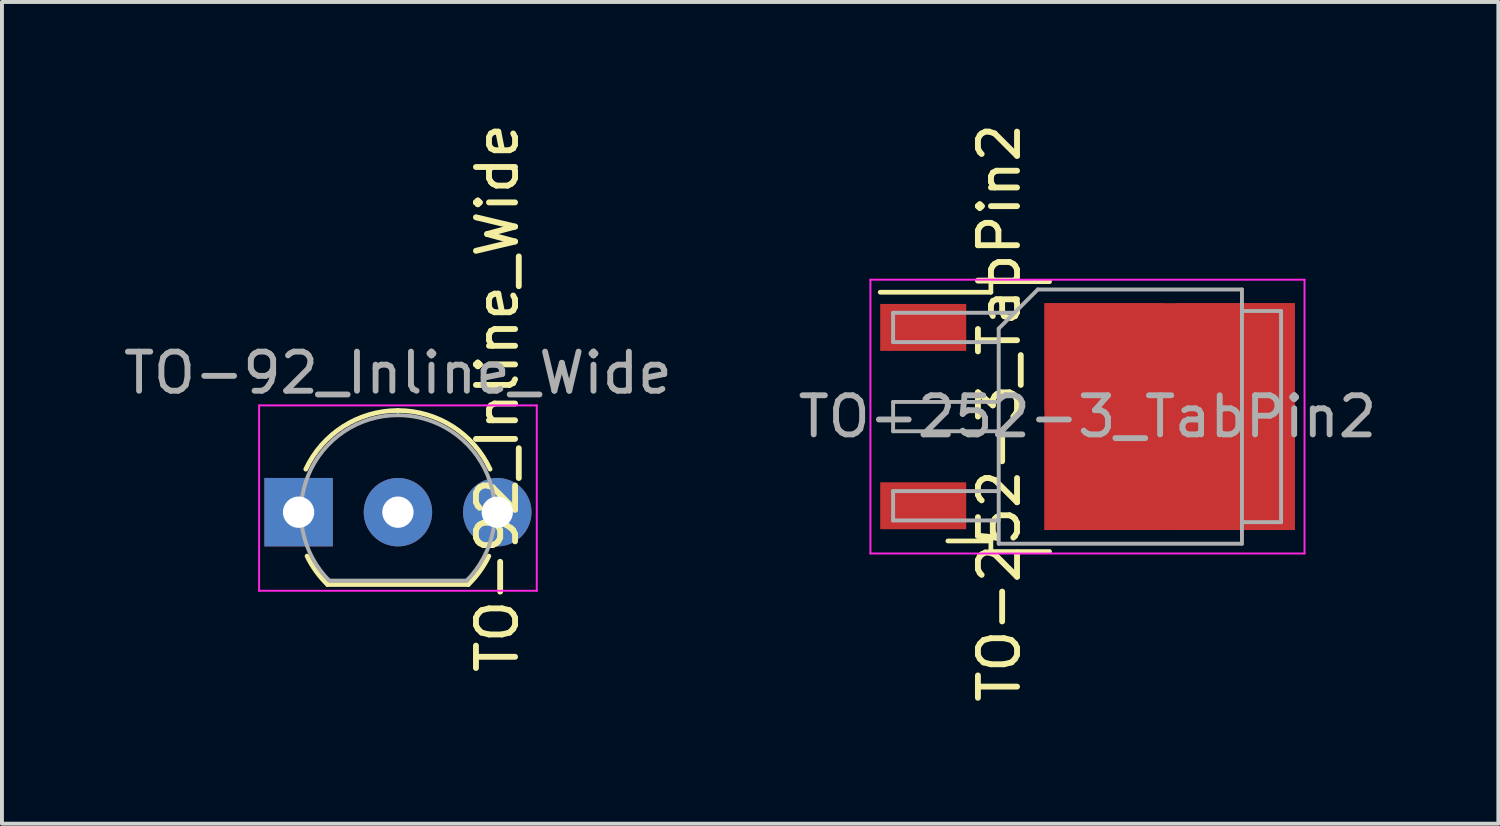
<source format=kicad_pcb>
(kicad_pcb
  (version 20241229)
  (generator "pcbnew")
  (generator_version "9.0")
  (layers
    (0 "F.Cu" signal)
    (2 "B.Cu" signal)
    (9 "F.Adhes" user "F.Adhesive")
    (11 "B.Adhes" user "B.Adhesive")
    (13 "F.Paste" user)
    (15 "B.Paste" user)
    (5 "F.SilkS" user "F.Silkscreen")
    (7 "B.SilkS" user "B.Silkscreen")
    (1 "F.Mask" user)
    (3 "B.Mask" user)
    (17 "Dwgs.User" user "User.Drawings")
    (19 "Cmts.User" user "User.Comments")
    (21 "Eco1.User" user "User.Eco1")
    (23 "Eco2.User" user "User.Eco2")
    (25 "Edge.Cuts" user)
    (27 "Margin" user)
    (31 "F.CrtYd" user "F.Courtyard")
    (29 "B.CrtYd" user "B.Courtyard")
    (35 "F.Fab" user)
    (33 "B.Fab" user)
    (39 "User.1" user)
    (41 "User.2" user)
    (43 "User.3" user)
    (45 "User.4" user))
  (footprint "TO-252-3_TabPin2"
    (layer "F.Cu")
    (at 24.756 7.602)
    (property "Reference" "TO-252-3_TabPin2" (at -2.256 -0.096 270) (layer "F.SilkS") (effects (font (size 1 1) (thickness 0.15))))
    (attr smd)
    (fp_line (start -2.47 -3.45) (end -2.47 -3.18) (stroke (width 0.12) (type solid)) (layer "F.SilkS"))
    (fp_line (start -2.47 -3.18) (end -5.3 -3.18) (stroke (width 0.12) (type solid)) (layer "F.SilkS"))
    (fp_line (start -2.47 3.18) (end -3.57 3.18) (stroke (width 0.12) (type solid)) (layer "F.SilkS"))
    (fp_line (start -2.47 3.45) (end -2.47 3.18) (stroke (width 0.12) (type solid)) (layer "F.SilkS"))
    (fp_line (start -0.97 -3.45) (end -2.47 -3.45) (stroke (width 0.12) (type solid)) (layer "F.SilkS"))
    (fp_line (start -0.97 3.45) (end -2.47 3.45) (stroke (width 0.12) (type solid)) (layer "F.SilkS"))
    (fp_line (start -5.55 -3.5) (end -5.55 3.5) (stroke (width 0.05) (type solid)) (layer "F.CrtYd"))
    (fp_line (start -5.55 3.5) (end 5.55 3.5) (stroke (width 0.05) (type solid)) (layer "F.CrtYd"))
    (fp_line (start 5.55 -3.5) (end -5.55 -3.5) (stroke (width 0.05) (type solid)) (layer "F.CrtYd"))
    (fp_line (start 5.55 3.5) (end 5.55 -3.5) (stroke (width 0.05) (type solid)) (layer "F.CrtYd"))
    (fp_line (start -4.97 -2.655) (end -4.97 -1.905) (stroke (width 0.1) (type solid)) (layer "F.Fab"))
    (fp_line (start -4.97 -1.905) (end -2.27 -1.905) (stroke (width 0.1) (type solid)) (layer "F.Fab"))
    (fp_line (start -4.97 -0.375) (end -4.97 0.375) (stroke (width 0.1) (type solid)) (layer "F.Fab"))
    (fp_line (start -4.97 0.375) (end -2.27 0.375) (stroke (width 0.1) (type solid)) (layer "F.Fab"))
    (fp_line (start -4.97 1.905) (end -4.97 2.655) (stroke (width 0.1) (type solid)) (layer "F.Fab"))
    (fp_line (start -4.97 2.655) (end -2.27 2.655) (stroke (width 0.1) (type solid)) (layer "F.Fab"))
    (fp_line (start -2.27 -2.25) (end -1.27 -3.25) (stroke (width 0.1) (type solid)) (layer "F.Fab"))
    (fp_line (start -2.27 -0.375) (end -4.97 -0.375) (stroke (width 0.1) (type solid)) (layer "F.Fab"))
    (fp_line (start -2.27 1.905) (end -4.97 1.905) (stroke (width 0.1) (type solid)) (layer "F.Fab"))
    (fp_line (start -2.27 3.25) (end -2.27 -2.25) (stroke (width 0.1) (type solid)) (layer "F.Fab"))
    (fp_line (start -1.865 -2.655) (end -4.97 -2.655) (stroke (width 0.1) (type solid)) (layer "F.Fab"))
    (fp_line (start -1.27 -3.25) (end 3.95 -3.25) (stroke (width 0.1) (type solid)) (layer "F.Fab"))
    (fp_line (start 3.95 -3.25) (end 3.95 3.25) (stroke (width 0.1) (type solid)) (layer "F.Fab"))
    (fp_line (start 3.95 -2.7) (end 4.95 -2.7) (stroke (width 0.1) (type solid)) (layer "F.Fab"))
    (fp_line (start 3.95 3.25) (end -2.27 3.25) (stroke (width 0.1) (type solid)) (layer "F.Fab"))
    (fp_line (start 4.95 -2.7) (end 4.95 2.7) (stroke (width 0.1) (type solid)) (layer "F.Fab"))
    (fp_line (start 4.95 2.7) (end 3.95 2.7) (stroke (width 0.1) (type solid)) (layer "F.Fab"))
    (fp_text user "${REFERENCE}" (at 0 0 0) (layer "F.Fab") (effects (font (size 1 1) (thickness 0.15))))
    (pad "1" smd rect (at -4.2 -2.28) (size 2.2 1.2) (layers "F.Cu" "F.Mask" "F.Paste"))
    (pad "2" smd rect (at 0.425 -1.525) (size 3.05 2.75) (layers "F.Cu" "F.Paste"))
    (pad "2" smd rect (at 0.425 1.525) (size 3.05 2.75) (layers "F.Cu" "F.Paste"))
    (pad "2" smd rect (at 2.1 0) (size 6.4 5.8) (layers "F.Cu" "F.Mask"))
    (pad "2" smd rect (at 3.775 -1.525) (size 3.05 2.75) (layers "F.Cu" "F.Paste"))
    (pad "2" smd rect (at 3.775 1.525) (size 3.05 2.75) (layers "F.Cu" "F.Paste"))
    (pad "3" smd rect (at -4.2 2.28) (size 2.2 1.2) (layers "F.Cu" "F.Mask" "F.Paste")))
  (footprint "TO-92_Inline_Wide"
    (layer "F.Cu")
    (at 4.585 10.046)
    (property "Reference" "TO-92_Inline_Wide" (at 5.08 -2.921 270) (layer "F.SilkS") (effects (font (size 1 1) (thickness 0.15))))
    (attr through_hole)
    (fp_line (start 0.74 1.85) (end 4.34 1.85) (stroke (width 0.12) (type solid)) (layer "F.SilkS"))
    (fp_arc (start 0.1836 -1.098807) (mid 1.143021 -2.192817) (end 2.54 -2.6) (stroke (width 0.12) (type solid)) (layer "F.SilkS"))
    (fp_arc (start 0.74 1.85) (mid 0.446097 1.509328) (end 0.215816 1.122795) (stroke (width 0.12) (type solid)) (layer "F.SilkS"))
    (fp_arc (start 2.54 -2.6) (mid 3.936979 -2.192818) (end 4.8964 -1.098807) (stroke (width 0.12) (type solid)) (layer "F.SilkS"))
    (fp_arc (start 4.864184 1.122795) (mid 4.633903 1.509328) (end 4.34 1.85) (stroke (width 0.12) (type solid)) (layer "F.SilkS"))
    (fp_line (start -1.01 -2.73) (end -1.01 2.01) (stroke (width 0.05) (type solid)) (layer "F.CrtYd"))
    (fp_line (start -1.01 -2.73) (end 6.09 -2.73) (stroke (width 0.05) (type solid)) (layer "F.CrtYd"))
    (fp_line (start 6.09 2.01) (end -1.01 2.01) (stroke (width 0.05) (type solid)) (layer "F.CrtYd"))
    (fp_line (start 6.09 2.01) (end 6.09 -2.73) (stroke (width 0.05) (type solid)) (layer "F.CrtYd"))
    (fp_line (start 0.8 1.75) (end 4.3 1.75) (stroke (width 0.1) (type solid)) (layer "F.Fab"))
    (fp_arc (start 0.786375 1.753625) (mid 0.248779 -0.949055) (end 2.54 -2.48) (stroke (width 0.1) (type solid)) (layer "F.Fab"))
    (fp_arc (start 2.54 -2.48) (mid 4.831221 -0.949055) (end 4.293625 1.753625) (stroke (width 0.1) (type solid)) (layer "F.Fab"))
    (fp_text user "${REFERENCE}" (at 2.54 -3.56 180) (layer "F.Fab") (effects (font (size 1 1) (thickness 0.15))))
    (pad "1" thru_hole rect (at 0 0 90) (size 1.75 1.75) (drill 0.8) (layers "*.Cu" "*.Mask"))
    (pad "2" thru_hole circle (at 5.08 0 90) (size 1.75 1.75) (drill 0.8) (layers "*.Cu" "*.Mask"))
    (pad "3" thru_hole circle (at 2.54 0 90) (size 1.75 1.75) (drill 0.8) (layers "*.Cu" "*.Mask")))
  (gr_rect
    (start -3 -3)
    (end 35.262 18.012)
    (stroke (width 0.1) (type default))
    (fill no)
    (layer "Edge.Cuts")))
</source>
